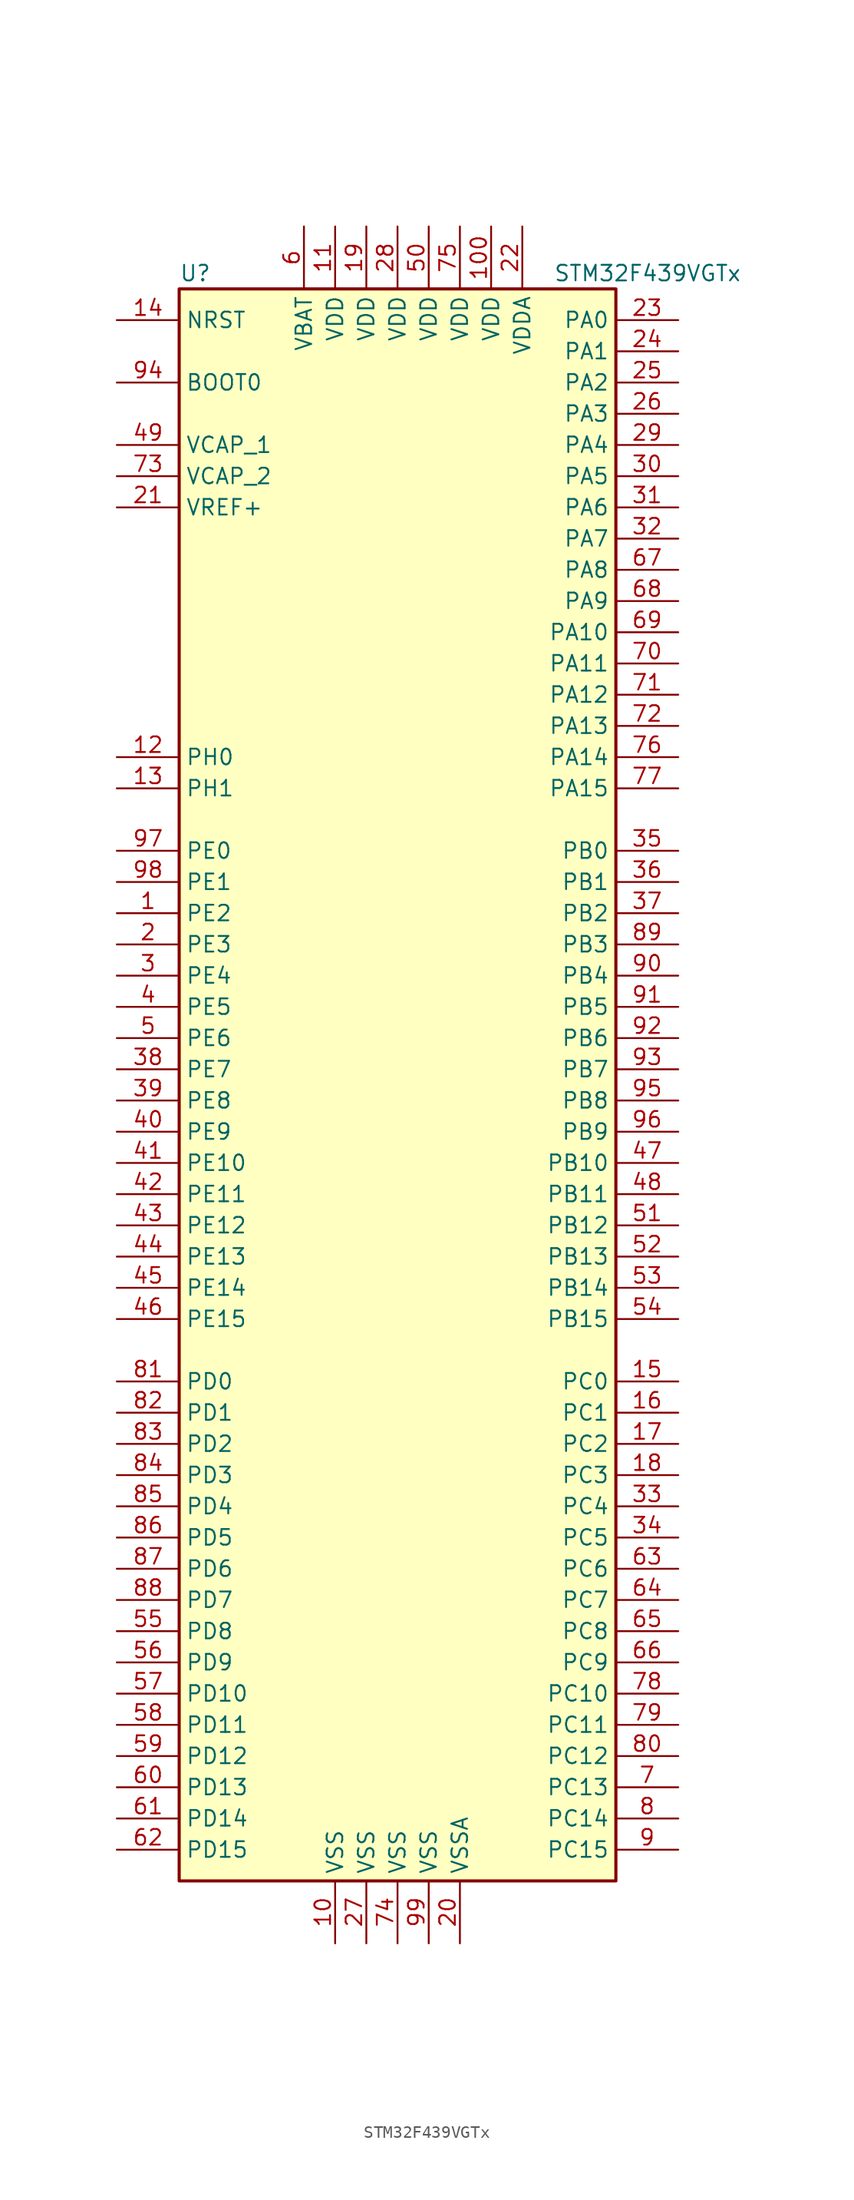
<source format=kicad_sym>
(kicad_symbol_lib
  (version 20211014)
  (generator kicad_symbol_editor)
  (symbol "STM32F439VGTx"
    (property "Reference" "U"
      (at -17.78 64.77 0)
      (effects (font (size 1.27 1.27)) (justify left)))
    (property "Value" "STM32F439VGTx"
      (at 12.7 64.77 0)
      (effects (font (size 1.27 1.27)) (justify left)))
    (symbol "STM32F439VGTx_0_1"
      (rectangle (start -17.78 -66.04) (end 17.78 63.5) (stroke (width 0.254) (type default) (color 0 0 0 0)) (fill (type background))))
    (symbol "STM32F439VGTx_1_1"
      (pin bidirectional line (at -22.86 12.7 0) (length 5.08) (name "PE2" (effects (font (size 1.27 1.27)))) (number "1" (effects (font (size 1.27 1.27)))))
      (pin power_in line (at -5.08 -71.12 90) (length 5.08) (name "VSS" (effects (font (size 1.27 1.27)))) (number "10" (effects (font (size 1.27 1.27)))))
      (pin power_in line (at 7.62 68.58 270) (length 5.08) (name "VDD" (effects (font (size 1.27 1.27)))) (number "100" (effects (font (size 1.27 1.27)))))
      (pin power_in line (at -5.08 68.58 270) (length 5.08) (name "VDD" (effects (font (size 1.27 1.27)))) (number "11" (effects (font (size 1.27 1.27)))))
      (pin input line (at -22.86 25.4 0) (length 5.08) (name "PH0" (effects (font (size 1.27 1.27)))) (number "12" (effects (font (size 1.27 1.27)))))
      (pin input line (at -22.86 22.86 0) (length 5.08) (name "PH1" (effects (font (size 1.27 1.27)))) (number "13" (effects (font (size 1.27 1.27)))))
      (pin input line (at -22.86 60.96 0) (length 5.08) (name "NRST" (effects (font (size 1.27 1.27)))) (number "14" (effects (font (size 1.27 1.27)))))
      (pin bidirectional line (at 22.86 -25.4 180) (length 5.08) (name "PC0" (effects (font (size 1.27 1.27)))) (number "15" (effects (font (size 1.27 1.27)))))
      (pin bidirectional line (at 22.86 -27.94 180) (length 5.08) (name "PC1" (effects (font (size 1.27 1.27)))) (number "16" (effects (font (size 1.27 1.27)))))
      (pin bidirectional line (at 22.86 -30.48 180) (length 5.08) (name "PC2" (effects (font (size 1.27 1.27)))) (number "17" (effects (font (size 1.27 1.27)))))
      (pin bidirectional line (at 22.86 -33.02 180) (length 5.08) (name "PC3" (effects (font (size 1.27 1.27)))) (number "18" (effects (font (size 1.27 1.27)))))
      (pin power_in line (at -2.54 68.58 270) (length 5.08) (name "VDD" (effects (font (size 1.27 1.27)))) (number "19" (effects (font (size 1.27 1.27)))))
      (pin bidirectional line (at -22.86 10.16 0) (length 5.08) (name "PE3" (effects (font (size 1.27 1.27)))) (number "2" (effects (font (size 1.27 1.27)))))
      (pin power_in line (at 5.08 -71.12 90) (length 5.08) (name "VSSA" (effects (font (size 1.27 1.27)))) (number "20" (effects (font (size 1.27 1.27)))))
      (pin power_in line (at -22.86 45.72 0) (length 5.08) (name "VREF+" (effects (font (size 1.27 1.27)))) (number "21" (effects (font (size 1.27 1.27)))))
      (pin power_in line (at 10.16 68.58 270) (length 5.08) (name "VDDA" (effects (font (size 1.27 1.27)))) (number "22" (effects (font (size 1.27 1.27)))))
      (pin bidirectional line (at 22.86 60.96 180) (length 5.08) (name "PA0" (effects (font (size 1.27 1.27)))) (number "23" (effects (font (size 1.27 1.27)))))
      (pin bidirectional line (at 22.86 58.42 180) (length 5.08) (name "PA1" (effects (font (size 1.27 1.27)))) (number "24" (effects (font (size 1.27 1.27)))))
      (pin bidirectional line (at 22.86 55.88 180) (length 5.08) (name "PA2" (effects (font (size 1.27 1.27)))) (number "25" (effects (font (size 1.27 1.27)))))
      (pin bidirectional line (at 22.86 53.34 180) (length 5.08) (name "PA3" (effects (font (size 1.27 1.27)))) (number "26" (effects (font (size 1.27 1.27)))))
      (pin power_in line (at -2.54 -71.12 90) (length 5.08) (name "VSS" (effects (font (size 1.27 1.27)))) (number "27" (effects (font (size 1.27 1.27)))))
      (pin power_in line (at 0 68.58 270) (length 5.08) (name "VDD" (effects (font (size 1.27 1.27)))) (number "28" (effects (font (size 1.27 1.27)))))
      (pin bidirectional line (at 22.86 50.8 180) (length 5.08) (name "PA4" (effects (font (size 1.27 1.27)))) (number "29" (effects (font (size 1.27 1.27)))))
      (pin bidirectional line (at -22.86 7.62 0) (length 5.08) (name "PE4" (effects (font (size 1.27 1.27)))) (number "3" (effects (font (size 1.27 1.27)))))
      (pin bidirectional line (at 22.86 48.26 180) (length 5.08) (name "PA5" (effects (font (size 1.27 1.27)))) (number "30" (effects (font (size 1.27 1.27)))))
      (pin bidirectional line (at 22.86 45.72 180) (length 5.08) (name "PA6" (effects (font (size 1.27 1.27)))) (number "31" (effects (font (size 1.27 1.27)))))
      (pin bidirectional line (at 22.86 43.18 180) (length 5.08) (name "PA7" (effects (font (size 1.27 1.27)))) (number "32" (effects (font (size 1.27 1.27)))))
      (pin bidirectional line (at 22.86 -35.56 180) (length 5.08) (name "PC4" (effects (font (size 1.27 1.27)))) (number "33" (effects (font (size 1.27 1.27)))))
      (pin bidirectional line (at 22.86 -38.1 180) (length 5.08) (name "PC5" (effects (font (size 1.27 1.27)))) (number "34" (effects (font (size 1.27 1.27)))))
      (pin bidirectional line (at 22.86 17.78 180) (length 5.08) (name "PB0" (effects (font (size 1.27 1.27)))) (number "35" (effects (font (size 1.27 1.27)))))
      (pin bidirectional line (at 22.86 15.24 180) (length 5.08) (name "PB1" (effects (font (size 1.27 1.27)))) (number "36" (effects (font (size 1.27 1.27)))))
      (pin bidirectional line (at 22.86 12.7 180) (length 5.08) (name "PB2" (effects (font (size 1.27 1.27)))) (number "37" (effects (font (size 1.27 1.27)))))
      (pin bidirectional line (at -22.86 0 0) (length 5.08) (name "PE7" (effects (font (size 1.27 1.27)))) (number "38" (effects (font (size 1.27 1.27)))))
      (pin bidirectional line (at -22.86 -2.54 0) (length 5.08) (name "PE8" (effects (font (size 1.27 1.27)))) (number "39" (effects (font (size 1.27 1.27)))))
      (pin bidirectional line (at -22.86 5.08 0) (length 5.08) (name "PE5" (effects (font (size 1.27 1.27)))) (number "4" (effects (font (size 1.27 1.27)))))
      (pin bidirectional line (at -22.86 -5.08 0) (length 5.08) (name "PE9" (effects (font (size 1.27 1.27)))) (number "40" (effects (font (size 1.27 1.27)))))
      (pin bidirectional line (at -22.86 -7.62 0) (length 5.08) (name "PE10" (effects (font (size 1.27 1.27)))) (number "41" (effects (font (size 1.27 1.27)))))
      (pin bidirectional line (at -22.86 -10.16 0) (length 5.08) (name "PE11" (effects (font (size 1.27 1.27)))) (number "42" (effects (font (size 1.27 1.27)))))
      (pin bidirectional line (at -22.86 -12.7 0) (length 5.08) (name "PE12" (effects (font (size 1.27 1.27)))) (number "43" (effects (font (size 1.27 1.27)))))
      (pin bidirectional line (at -22.86 -15.24 0) (length 5.08) (name "PE13" (effects (font (size 1.27 1.27)))) (number "44" (effects (font (size 1.27 1.27)))))
      (pin bidirectional line (at -22.86 -17.78 0) (length 5.08) (name "PE14" (effects (font (size 1.27 1.27)))) (number "45" (effects (font (size 1.27 1.27)))))
      (pin bidirectional line (at -22.86 -20.32 0) (length 5.08) (name "PE15" (effects (font (size 1.27 1.27)))) (number "46" (effects (font (size 1.27 1.27)))))
      (pin bidirectional line (at 22.86 -7.62 180) (length 5.08) (name "PB10" (effects (font (size 1.27 1.27)))) (number "47" (effects (font (size 1.27 1.27)))))
      (pin bidirectional line (at 22.86 -10.16 180) (length 5.08) (name "PB11" (effects (font (size 1.27 1.27)))) (number "48" (effects (font (size 1.27 1.27)))))
      (pin power_in line (at -22.86 50.8 0) (length 5.08) (name "VCAP_1" (effects (font (size 1.27 1.27)))) (number "49" (effects (font (size 1.27 1.27)))))
      (pin bidirectional line (at -22.86 2.54 0) (length 5.08) (name "PE6" (effects (font (size 1.27 1.27)))) (number "5" (effects (font (size 1.27 1.27)))))
      (pin power_in line (at 2.54 68.58 270) (length 5.08) (name "VDD" (effects (font (size 1.27 1.27)))) (number "50" (effects (font (size 1.27 1.27)))))
      (pin bidirectional line (at 22.86 -12.7 180) (length 5.08) (name "PB12" (effects (font (size 1.27 1.27)))) (number "51" (effects (font (size 1.27 1.27)))))
      (pin bidirectional line (at 22.86 -15.24 180) (length 5.08) (name "PB13" (effects (font (size 1.27 1.27)))) (number "52" (effects (font (size 1.27 1.27)))))
      (pin bidirectional line (at 22.86 -17.78 180) (length 5.08) (name "PB14" (effects (font (size 1.27 1.27)))) (number "53" (effects (font (size 1.27 1.27)))))
      (pin bidirectional line (at 22.86 -20.32 180) (length 5.08) (name "PB15" (effects (font (size 1.27 1.27)))) (number "54" (effects (font (size 1.27 1.27)))))
      (pin bidirectional line (at -22.86 -45.72 0) (length 5.08) (name "PD8" (effects (font (size 1.27 1.27)))) (number "55" (effects (font (size 1.27 1.27)))))
      (pin bidirectional line (at -22.86 -48.26 0) (length 5.08) (name "PD9" (effects (font (size 1.27 1.27)))) (number "56" (effects (font (size 1.27 1.27)))))
      (pin bidirectional line (at -22.86 -50.8 0) (length 5.08) (name "PD10" (effects (font (size 1.27 1.27)))) (number "57" (effects (font (size 1.27 1.27)))))
      (pin bidirectional line (at -22.86 -53.34 0) (length 5.08) (name "PD11" (effects (font (size 1.27 1.27)))) (number "58" (effects (font (size 1.27 1.27)))))
      (pin bidirectional line (at -22.86 -55.88 0) (length 5.08) (name "PD12" (effects (font (size 1.27 1.27)))) (number "59" (effects (font (size 1.27 1.27)))))
      (pin power_in line (at -7.62 68.58 270) (length 5.08) (name "VBAT" (effects (font (size 1.27 1.27)))) (number "6" (effects (font (size 1.27 1.27)))))
      (pin bidirectional line (at -22.86 -58.42 0) (length 5.08) (name "PD13" (effects (font (size 1.27 1.27)))) (number "60" (effects (font (size 1.27 1.27)))))
      (pin bidirectional line (at -22.86 -60.96 0) (length 5.08) (name "PD14" (effects (font (size 1.27 1.27)))) (number "61" (effects (font (size 1.27 1.27)))))
      (pin bidirectional line (at -22.86 -63.5 0) (length 5.08) (name "PD15" (effects (font (size 1.27 1.27)))) (number "62" (effects (font (size 1.27 1.27)))))
      (pin bidirectional line (at 22.86 -40.64 180) (length 5.08) (name "PC6" (effects (font (size 1.27 1.27)))) (number "63" (effects (font (size 1.27 1.27)))))
      (pin bidirectional line (at 22.86 -43.18 180) (length 5.08) (name "PC7" (effects (font (size 1.27 1.27)))) (number "64" (effects (font (size 1.27 1.27)))))
      (pin bidirectional line (at 22.86 -45.72 180) (length 5.08) (name "PC8" (effects (font (size 1.27 1.27)))) (number "65" (effects (font (size 1.27 1.27)))))
      (pin bidirectional line (at 22.86 -48.26 180) (length 5.08) (name "PC9" (effects (font (size 1.27 1.27)))) (number "66" (effects (font (size 1.27 1.27)))))
      (pin bidirectional line (at 22.86 40.64 180) (length 5.08) (name "PA8" (effects (font (size 1.27 1.27)))) (number "67" (effects (font (size 1.27 1.27)))))
      (pin bidirectional line (at 22.86 38.1 180) (length 5.08) (name "PA9" (effects (font (size 1.27 1.27)))) (number "68" (effects (font (size 1.27 1.27)))))
      (pin bidirectional line (at 22.86 35.56 180) (length 5.08) (name "PA10" (effects (font (size 1.27 1.27)))) (number "69" (effects (font (size 1.27 1.27)))))
      (pin bidirectional line (at 22.86 -58.42 180) (length 5.08) (name "PC13" (effects (font (size 1.27 1.27)))) (number "7" (effects (font (size 1.27 1.27)))))
      (pin bidirectional line (at 22.86 33.02 180) (length 5.08) (name "PA11" (effects (font (size 1.27 1.27)))) (number "70" (effects (font (size 1.27 1.27)))))
      (pin bidirectional line (at 22.86 30.48 180) (length 5.08) (name "PA12" (effects (font (size 1.27 1.27)))) (number "71" (effects (font (size 1.27 1.27)))))
      (pin bidirectional line (at 22.86 27.94 180) (length 5.08) (name "PA13" (effects (font (size 1.27 1.27)))) (number "72" (effects (font (size 1.27 1.27)))))
      (pin power_in line (at -22.86 48.26 0) (length 5.08) (name "VCAP_2" (effects (font (size 1.27 1.27)))) (number "73" (effects (font (size 1.27 1.27)))))
      (pin power_in line (at 0 -71.12 90) (length 5.08) (name "VSS" (effects (font (size 1.27 1.27)))) (number "74" (effects (font (size 1.27 1.27)))))
      (pin power_in line (at 5.08 68.58 270) (length 5.08) (name "VDD" (effects (font (size 1.27 1.27)))) (number "75" (effects (font (size 1.27 1.27)))))
      (pin bidirectional line (at 22.86 25.4 180) (length 5.08) (name "PA14" (effects (font (size 1.27 1.27)))) (number "76" (effects (font (size 1.27 1.27)))))
      (pin bidirectional line (at 22.86 22.86 180) (length 5.08) (name "PA15" (effects (font (size 1.27 1.27)))) (number "77" (effects (font (size 1.27 1.27)))))
      (pin bidirectional line (at 22.86 -50.8 180) (length 5.08) (name "PC10" (effects (font (size 1.27 1.27)))) (number "78" (effects (font (size 1.27 1.27)))))
      (pin bidirectional line (at 22.86 -53.34 180) (length 5.08) (name "PC11" (effects (font (size 1.27 1.27)))) (number "79" (effects (font (size 1.27 1.27)))))
      (pin bidirectional line (at 22.86 -60.96 180) (length 5.08) (name "PC14" (effects (font (size 1.27 1.27)))) (number "8" (effects (font (size 1.27 1.27)))))
      (pin bidirectional line (at 22.86 -55.88 180) (length 5.08) (name "PC12" (effects (font (size 1.27 1.27)))) (number "80" (effects (font (size 1.27 1.27)))))
      (pin bidirectional line (at -22.86 -25.4 0) (length 5.08) (name "PD0" (effects (font (size 1.27 1.27)))) (number "81" (effects (font (size 1.27 1.27)))))
      (pin bidirectional line (at -22.86 -27.94 0) (length 5.08) (name "PD1" (effects (font (size 1.27 1.27)))) (number "82" (effects (font (size 1.27 1.27)))))
      (pin bidirectional line (at -22.86 -30.48 0) (length 5.08) (name "PD2" (effects (font (size 1.27 1.27)))) (number "83" (effects (font (size 1.27 1.27)))))
      (pin bidirectional line (at -22.86 -33.02 0) (length 5.08) (name "PD3" (effects (font (size 1.27 1.27)))) (number "84" (effects (font (size 1.27 1.27)))))
      (pin bidirectional line (at -22.86 -35.56 0) (length 5.08) (name "PD4" (effects (font (size 1.27 1.27)))) (number "85" (effects (font (size 1.27 1.27)))))
      (pin bidirectional line (at -22.86 -38.1 0) (length 5.08) (name "PD5" (effects (font (size 1.27 1.27)))) (number "86" (effects (font (size 1.27 1.27)))))
      (pin bidirectional line (at -22.86 -40.64 0) (length 5.08) (name "PD6" (effects (font (size 1.27 1.27)))) (number "87" (effects (font (size 1.27 1.27)))))
      (pin bidirectional line (at -22.86 -43.18 0) (length 5.08) (name "PD7" (effects (font (size 1.27 1.27)))) (number "88" (effects (font (size 1.27 1.27)))))
      (pin bidirectional line (at 22.86 10.16 180) (length 5.08) (name "PB3" (effects (font (size 1.27 1.27)))) (number "89" (effects (font (size 1.27 1.27)))))
      (pin bidirectional line (at 22.86 -63.5 180) (length 5.08) (name "PC15" (effects (font (size 1.27 1.27)))) (number "9" (effects (font (size 1.27 1.27)))))
      (pin bidirectional line (at 22.86 7.62 180) (length 5.08) (name "PB4" (effects (font (size 1.27 1.27)))) (number "90" (effects (font (size 1.27 1.27)))))
      (pin bidirectional line (at 22.86 5.08 180) (length 5.08) (name "PB5" (effects (font (size 1.27 1.27)))) (number "91" (effects (font (size 1.27 1.27)))))
      (pin bidirectional line (at 22.86 2.54 180) (length 5.08) (name "PB6" (effects (font (size 1.27 1.27)))) (number "92" (effects (font (size 1.27 1.27)))))
      (pin bidirectional line (at 22.86 0 180) (length 5.08) (name "PB7" (effects (font (size 1.27 1.27)))) (number "93" (effects (font (size 1.27 1.27)))))
      (pin input line (at -22.86 55.88 0) (length 5.08) (name "BOOT0" (effects (font (size 1.27 1.27)))) (number "94" (effects (font (size 1.27 1.27)))))
      (pin bidirectional line (at 22.86 -2.54 180) (length 5.08) (name "PB8" (effects (font (size 1.27 1.27)))) (number "95" (effects (font (size 1.27 1.27)))))
      (pin bidirectional line (at 22.86 -5.08 180) (length 5.08) (name "PB9" (effects (font (size 1.27 1.27)))) (number "96" (effects (font (size 1.27 1.27)))))
      (pin bidirectional line (at -22.86 17.78 0) (length 5.08) (name "PE0" (effects (font (size 1.27 1.27)))) (number "97" (effects (font (size 1.27 1.27)))))
      (pin bidirectional line (at -22.86 15.24 0) (length 5.08) (name "PE1" (effects (font (size 1.27 1.27)))) (number "98" (effects (font (size 1.27 1.27)))))
      (pin power_in line (at 2.54 -71.12 90) (length 5.08) (name "VSS" (effects (font (size 1.27 1.27)))) (number "99" (effects (font (size 1.27 1.27))))))))
</source>
